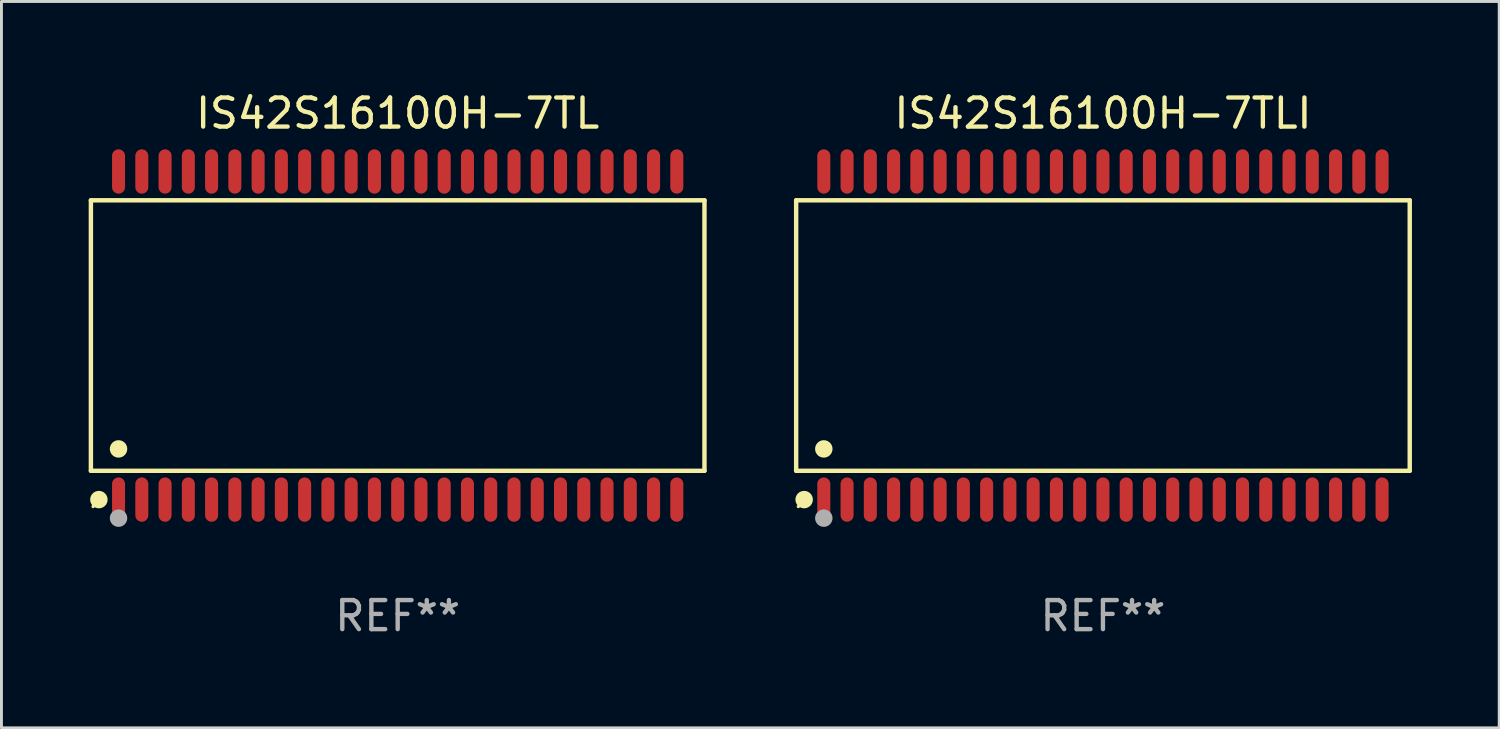
<source format=kicad_pcb>
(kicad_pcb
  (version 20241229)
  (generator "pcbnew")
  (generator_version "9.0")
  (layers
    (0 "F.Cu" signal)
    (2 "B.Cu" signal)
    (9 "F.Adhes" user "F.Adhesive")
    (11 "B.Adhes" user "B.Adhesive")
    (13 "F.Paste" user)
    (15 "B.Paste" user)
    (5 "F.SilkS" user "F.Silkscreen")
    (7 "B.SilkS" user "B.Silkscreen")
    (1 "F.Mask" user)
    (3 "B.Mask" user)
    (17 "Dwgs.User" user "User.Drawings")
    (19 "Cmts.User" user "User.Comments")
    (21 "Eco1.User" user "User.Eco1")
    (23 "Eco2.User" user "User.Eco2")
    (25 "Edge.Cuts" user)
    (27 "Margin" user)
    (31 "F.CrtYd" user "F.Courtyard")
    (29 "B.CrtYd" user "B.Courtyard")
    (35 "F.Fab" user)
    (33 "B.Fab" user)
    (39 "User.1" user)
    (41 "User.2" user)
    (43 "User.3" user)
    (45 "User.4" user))
  (footprint "IS42S16100H-7TLI"
    (layer "F.Cu")
    (at 34.882 8.49)
    (property "Reference" "IS42S16100H-7TLI" (at 0 -7.642 0) (layer "F.SilkS") (effects (font (size 1 1) (thickness 0.15))))
    (attr through_hole)
    (fp_line (start -10.551 -4.651) (end 10.551 -4.651) (stroke (width 0.152) (type solid)) (layer "F.SilkS"))
    (fp_line (start -10.551 4.651) (end -10.551 -4.651) (stroke (width 0.152) (type solid)) (layer "F.SilkS"))
    (fp_line (start 10.551 -4.651) (end 10.551 4.651) (stroke (width 0.152) (type solid)) (layer "F.SilkS"))
    (fp_line (start 10.551 4.651) (end -10.551 4.651) (stroke (width 0.152) (type solid)) (layer "F.SilkS"))
    (fp_circle (center -10.475 5.88) (end -10.445 5.88) (stroke (width 0.06) (type solid)) (fill no) (layer "F.SilkS"))
    (fp_circle (center -10.276 5.642) (end -10.126 5.642) (stroke (width 0.3) (type solid)) (fill no) (layer "F.SilkS"))
    (fp_circle (center -9.6 3.899) (end -9.45 3.899) (stroke (width 0.3) (type solid)) (fill no) (layer "F.SilkS"))
    (fp_circle (center -9.6 6.28) (end -9.45 6.28) (stroke (width 0.3) (type solid)) (fill no) (layer "F.Fab"))
    (fp_text user "REF**" (at 0 9.642 0) (layer "F.Fab") (effects (font (size 1 1) (thickness 0.15))))
    (pad "1" smd oval (at -9.6 5.642) (size 0.448 1.524) (layers "F.Cu" "F.Mask" "F.Paste"))
    (pad "2" smd oval (at -8.8 5.642) (size 0.448 1.524) (layers "F.Cu" "F.Mask" "F.Paste"))
    (pad "3" smd oval (at -8 5.642) (size 0.448 1.524) (layers "F.Cu" "F.Mask" "F.Paste"))
    (pad "4" smd oval (at -7.2 5.642) (size 0.448 1.524) (layers "F.Cu" "F.Mask" "F.Paste"))
    (pad "5" smd oval (at -6.4 5.642) (size 0.448 1.524) (layers "F.Cu" "F.Mask" "F.Paste"))
    (pad "6" smd oval (at -5.6 5.642) (size 0.448 1.524) (layers "F.Cu" "F.Mask" "F.Paste"))
    (pad "7" smd oval (at -4.8 5.642) (size 0.448 1.524) (layers "F.Cu" "F.Mask" "F.Paste"))
    (pad "8" smd oval (at -4 5.642) (size 0.448 1.524) (layers "F.Cu" "F.Mask" "F.Paste"))
    (pad "9" smd oval (at -3.2 5.642) (size 0.448 1.524) (layers "F.Cu" "F.Mask" "F.Paste"))
    (pad "10" smd oval (at -2.4 5.642) (size 0.448 1.524) (layers "F.Cu" "F.Mask" "F.Paste"))
    (pad "11" smd oval (at -1.6 5.642) (size 0.448 1.524) (layers "F.Cu" "F.Mask" "F.Paste"))
    (pad "12" smd oval (at -0.8 5.642) (size 0.448 1.524) (layers "F.Cu" "F.Mask" "F.Paste"))
    (pad "13" smd oval (at 0 5.642) (size 0.448 1.524) (layers "F.Cu" "F.Mask" "F.Paste"))
    (pad "14" smd oval (at 0.8 5.642) (size 0.448 1.524) (layers "F.Cu" "F.Mask" "F.Paste"))
    (pad "15" smd oval (at 1.6 5.642) (size 0.448 1.524) (layers "F.Cu" "F.Mask" "F.Paste"))
    (pad "16" smd oval (at 2.4 5.642) (size 0.448 1.524) (layers "F.Cu" "F.Mask" "F.Paste"))
    (pad "17" smd oval (at 3.2 5.642) (size 0.448 1.524) (layers "F.Cu" "F.Mask" "F.Paste"))
    (pad "18" smd oval (at 4 5.642) (size 0.448 1.524) (layers "F.Cu" "F.Mask" "F.Paste"))
    (pad "19" smd oval (at 4.8 5.642) (size 0.448 1.524) (layers "F.Cu" "F.Mask" "F.Paste"))
    (pad "20" smd oval (at 5.6 5.642) (size 0.448 1.524) (layers "F.Cu" "F.Mask" "F.Paste"))
    (pad "21" smd oval (at 6.4 5.642) (size 0.448 1.524) (layers "F.Cu" "F.Mask" "F.Paste"))
    (pad "22" smd oval (at 7.2 5.642) (size 0.448 1.524) (layers "F.Cu" "F.Mask" "F.Paste"))
    (pad "23" smd oval (at 8 5.642) (size 0.448 1.524) (layers "F.Cu" "F.Mask" "F.Paste"))
    (pad "24" smd oval (at 8.8 5.642) (size 0.448 1.524) (layers "F.Cu" "F.Mask" "F.Paste"))
    (pad "25" smd oval (at 9.6 5.642) (size 0.448 1.524) (layers "F.Cu" "F.Mask" "F.Paste"))
    (pad "26" smd oval (at 9.6 -5.642) (size 0.448 1.524) (layers "F.Cu" "F.Mask" "F.Paste"))
    (pad "27" smd oval (at 8.8 -5.642) (size 0.448 1.524) (layers "F.Cu" "F.Mask" "F.Paste"))
    (pad "28" smd oval (at 8 -5.642) (size 0.448 1.524) (layers "F.Cu" "F.Mask" "F.Paste"))
    (pad "29" smd oval (at 7.2 -5.642) (size 0.448 1.524) (layers "F.Cu" "F.Mask" "F.Paste"))
    (pad "30" smd oval (at 6.4 -5.642) (size 0.448 1.524) (layers "F.Cu" "F.Mask" "F.Paste"))
    (pad "31" smd oval (at 5.6 -5.642) (size 0.448 1.524) (layers "F.Cu" "F.Mask" "F.Paste"))
    (pad "32" smd oval (at 4.8 -5.642) (size 0.448 1.524) (layers "F.Cu" "F.Mask" "F.Paste"))
    (pad "33" smd oval (at 4 -5.642) (size 0.448 1.524) (layers "F.Cu" "F.Mask" "F.Paste"))
    (pad "34" smd oval (at 3.2 -5.642) (size 0.448 1.524) (layers "F.Cu" "F.Mask" "F.Paste"))
    (pad "35" smd oval (at 2.4 -5.642) (size 0.448 1.524) (layers "F.Cu" "F.Mask" "F.Paste"))
    (pad "36" smd oval (at 1.6 -5.642) (size 0.448 1.524) (layers "F.Cu" "F.Mask" "F.Paste"))
    (pad "37" smd oval (at 0.8 -5.642) (size 0.448 1.524) (layers "F.Cu" "F.Mask" "F.Paste"))
    (pad "38" smd oval (at 0 -5.642) (size 0.448 1.524) (layers "F.Cu" "F.Mask" "F.Paste"))
    (pad "39" smd oval (at -0.8 -5.642) (size 0.448 1.524) (layers "F.Cu" "F.Mask" "F.Paste"))
    (pad "40" smd oval (at -1.6 -5.642) (size 0.448 1.524) (layers "F.Cu" "F.Mask" "F.Paste"))
    (pad "41" smd oval (at -2.4 -5.642) (size 0.448 1.524) (layers "F.Cu" "F.Mask" "F.Paste"))
    (pad "42" smd oval (at -3.2 -5.642) (size 0.448 1.524) (layers "F.Cu" "F.Mask" "F.Paste"))
    (pad "43" smd oval (at -4 -5.642) (size 0.448 1.524) (layers "F.Cu" "F.Mask" "F.Paste"))
    (pad "44" smd oval (at -4.8 -5.642) (size 0.448 1.524) (layers "F.Cu" "F.Mask" "F.Paste"))
    (pad "45" smd oval (at -5.6 -5.642) (size 0.448 1.524) (layers "F.Cu" "F.Mask" "F.Paste"))
    (pad "46" smd oval (at -6.4 -5.642) (size 0.448 1.524) (layers "F.Cu" "F.Mask" "F.Paste"))
    (pad "47" smd oval (at -7.2 -5.642) (size 0.448 1.524) (layers "F.Cu" "F.Mask" "F.Paste"))
    (pad "48" smd oval (at -8 -5.642) (size 0.448 1.524) (layers "F.Cu" "F.Mask" "F.Paste"))
    (pad "49" smd oval (at -8.8 -5.642) (size 0.448 1.524) (layers "F.Cu" "F.Mask" "F.Paste"))
    (pad "50" smd oval (at -9.6 -5.642) (size 0.448 1.524) (layers "F.Cu" "F.Mask" "F.Paste")))
  (footprint "IS42S16100H-7TL"
    (layer "F.Cu")
    (at 10.627 8.49)
    (property "Reference" "IS42S16100H-7TL" (at 0 -7.642 0) (layer "F.SilkS") (effects (font (size 1 1) (thickness 0.15))))
    (attr through_hole)
    (fp_line (start -10.551 -4.651) (end 10.551 -4.651) (stroke (width 0.152) (type solid)) (layer "F.SilkS"))
    (fp_line (start -10.551 4.651) (end -10.551 -4.651) (stroke (width 0.152) (type solid)) (layer "F.SilkS"))
    (fp_line (start 10.551 -4.651) (end 10.551 4.651) (stroke (width 0.152) (type solid)) (layer "F.SilkS"))
    (fp_line (start 10.551 4.651) (end -10.551 4.651) (stroke (width 0.152) (type solid)) (layer "F.SilkS"))
    (fp_circle (center -10.475 5.88) (end -10.445 5.88) (stroke (width 0.06) (type solid)) (fill no) (layer "F.SilkS"))
    (fp_circle (center -10.276 5.642) (end -10.126 5.642) (stroke (width 0.3) (type solid)) (fill no) (layer "F.SilkS"))
    (fp_circle (center -9.6 3.899) (end -9.45 3.899) (stroke (width 0.3) (type solid)) (fill no) (layer "F.SilkS"))
    (fp_circle (center -9.6 6.28) (end -9.45 6.28) (stroke (width 0.3) (type solid)) (fill no) (layer "F.Fab"))
    (fp_text user "REF**" (at 0 9.642 0) (layer "F.Fab") (effects (font (size 1 1) (thickness 0.15))))
    (pad "1" smd oval (at -9.6 5.642) (size 0.448 1.524) (layers "F.Cu" "F.Mask" "F.Paste"))
    (pad "2" smd oval (at -8.8 5.642) (size 0.448 1.524) (layers "F.Cu" "F.Mask" "F.Paste"))
    (pad "3" smd oval (at -8 5.642) (size 0.448 1.524) (layers "F.Cu" "F.Mask" "F.Paste"))
    (pad "4" smd oval (at -7.2 5.642) (size 0.448 1.524) (layers "F.Cu" "F.Mask" "F.Paste"))
    (pad "5" smd oval (at -6.4 5.642) (size 0.448 1.524) (layers "F.Cu" "F.Mask" "F.Paste"))
    (pad "6" smd oval (at -5.6 5.642) (size 0.448 1.524) (layers "F.Cu" "F.Mask" "F.Paste"))
    (pad "7" smd oval (at -4.8 5.642) (size 0.448 1.524) (layers "F.Cu" "F.Mask" "F.Paste"))
    (pad "8" smd oval (at -4 5.642) (size 0.448 1.524) (layers "F.Cu" "F.Mask" "F.Paste"))
    (pad "9" smd oval (at -3.2 5.642) (size 0.448 1.524) (layers "F.Cu" "F.Mask" "F.Paste"))
    (pad "10" smd oval (at -2.4 5.642) (size 0.448 1.524) (layers "F.Cu" "F.Mask" "F.Paste"))
    (pad "11" smd oval (at -1.6 5.642) (size 0.448 1.524) (layers "F.Cu" "F.Mask" "F.Paste"))
    (pad "12" smd oval (at -0.8 5.642) (size 0.448 1.524) (layers "F.Cu" "F.Mask" "F.Paste"))
    (pad "13" smd oval (at 0 5.642) (size 0.448 1.524) (layers "F.Cu" "F.Mask" "F.Paste"))
    (pad "14" smd oval (at 0.8 5.642) (size 0.448 1.524) (layers "F.Cu" "F.Mask" "F.Paste"))
    (pad "15" smd oval (at 1.6 5.642) (size 0.448 1.524) (layers "F.Cu" "F.Mask" "F.Paste"))
    (pad "16" smd oval (at 2.4 5.642) (size 0.448 1.524) (layers "F.Cu" "F.Mask" "F.Paste"))
    (pad "17" smd oval (at 3.2 5.642) (size 0.448 1.524) (layers "F.Cu" "F.Mask" "F.Paste"))
    (pad "18" smd oval (at 4 5.642) (size 0.448 1.524) (layers "F.Cu" "F.Mask" "F.Paste"))
    (pad "19" smd oval (at 4.8 5.642) (size 0.448 1.524) (layers "F.Cu" "F.Mask" "F.Paste"))
    (pad "20" smd oval (at 5.6 5.642) (size 0.448 1.524) (layers "F.Cu" "F.Mask" "F.Paste"))
    (pad "21" smd oval (at 6.4 5.642) (size 0.448 1.524) (layers "F.Cu" "F.Mask" "F.Paste"))
    (pad "22" smd oval (at 7.2 5.642) (size 0.448 1.524) (layers "F.Cu" "F.Mask" "F.Paste"))
    (pad "23" smd oval (at 8 5.642) (size 0.448 1.524) (layers "F.Cu" "F.Mask" "F.Paste"))
    (pad "24" smd oval (at 8.8 5.642) (size 0.448 1.524) (layers "F.Cu" "F.Mask" "F.Paste"))
    (pad "25" smd oval (at 9.6 5.642) (size 0.448 1.524) (layers "F.Cu" "F.Mask" "F.Paste"))
    (pad "26" smd oval (at 9.6 -5.642) (size 0.448 1.524) (layers "F.Cu" "F.Mask" "F.Paste"))
    (pad "27" smd oval (at 8.8 -5.642) (size 0.448 1.524) (layers "F.Cu" "F.Mask" "F.Paste"))
    (pad "28" smd oval (at 8 -5.642) (size 0.448 1.524) (layers "F.Cu" "F.Mask" "F.Paste"))
    (pad "29" smd oval (at 7.2 -5.642) (size 0.448 1.524) (layers "F.Cu" "F.Mask" "F.Paste"))
    (pad "30" smd oval (at 6.4 -5.642) (size 0.448 1.524) (layers "F.Cu" "F.Mask" "F.Paste"))
    (pad "31" smd oval (at 5.6 -5.642) (size 0.448 1.524) (layers "F.Cu" "F.Mask" "F.Paste"))
    (pad "32" smd oval (at 4.8 -5.642) (size 0.448 1.524) (layers "F.Cu" "F.Mask" "F.Paste"))
    (pad "33" smd oval (at 4 -5.642) (size 0.448 1.524) (layers "F.Cu" "F.Mask" "F.Paste"))
    (pad "34" smd oval (at 3.2 -5.642) (size 0.448 1.524) (layers "F.Cu" "F.Mask" "F.Paste"))
    (pad "35" smd oval (at 2.4 -5.642) (size 0.448 1.524) (layers "F.Cu" "F.Mask" "F.Paste"))
    (pad "36" smd oval (at 1.6 -5.642) (size 0.448 1.524) (layers "F.Cu" "F.Mask" "F.Paste"))
    (pad "37" smd oval (at 0.8 -5.642) (size 0.448 1.524) (layers "F.Cu" "F.Mask" "F.Paste"))
    (pad "38" smd oval (at 0 -5.642) (size 0.448 1.524) (layers "F.Cu" "F.Mask" "F.Paste"))
    (pad "39" smd oval (at -0.8 -5.642) (size 0.448 1.524) (layers "F.Cu" "F.Mask" "F.Paste"))
    (pad "40" smd oval (at -1.6 -5.642) (size 0.448 1.524) (layers "F.Cu" "F.Mask" "F.Paste"))
    (pad "41" smd oval (at -2.4 -5.642) (size 0.448 1.524) (layers "F.Cu" "F.Mask" "F.Paste"))
    (pad "42" smd oval (at -3.2 -5.642) (size 0.448 1.524) (layers "F.Cu" "F.Mask" "F.Paste"))
    (pad "43" smd oval (at -4 -5.642) (size 0.448 1.524) (layers "F.Cu" "F.Mask" "F.Paste"))
    (pad "44" smd oval (at -4.8 -5.642) (size 0.448 1.524) (layers "F.Cu" "F.Mask" "F.Paste"))
    (pad "45" smd oval (at -5.6 -5.642) (size 0.448 1.524) (layers "F.Cu" "F.Mask" "F.Paste"))
    (pad "46" smd oval (at -6.4 -5.642) (size 0.448 1.524) (layers "F.Cu" "F.Mask" "F.Paste"))
    (pad "47" smd oval (at -7.2 -5.642) (size 0.448 1.524) (layers "F.Cu" "F.Mask" "F.Paste"))
    (pad "48" smd oval (at -8 -5.642) (size 0.448 1.524) (layers "F.Cu" "F.Mask" "F.Paste"))
    (pad "49" smd oval (at -8.8 -5.642) (size 0.448 1.524) (layers "F.Cu" "F.Mask" "F.Paste"))
    (pad "50" smd oval (at -9.6 -5.642) (size 0.448 1.524) (layers "F.Cu" "F.Mask" "F.Paste")))
  (gr_rect
    (start -3 -3)
    (end 48.51 21.981)
    (stroke (width 0.1) (type default))
    (fill no)
    (layer "Edge.Cuts")))
</source>
